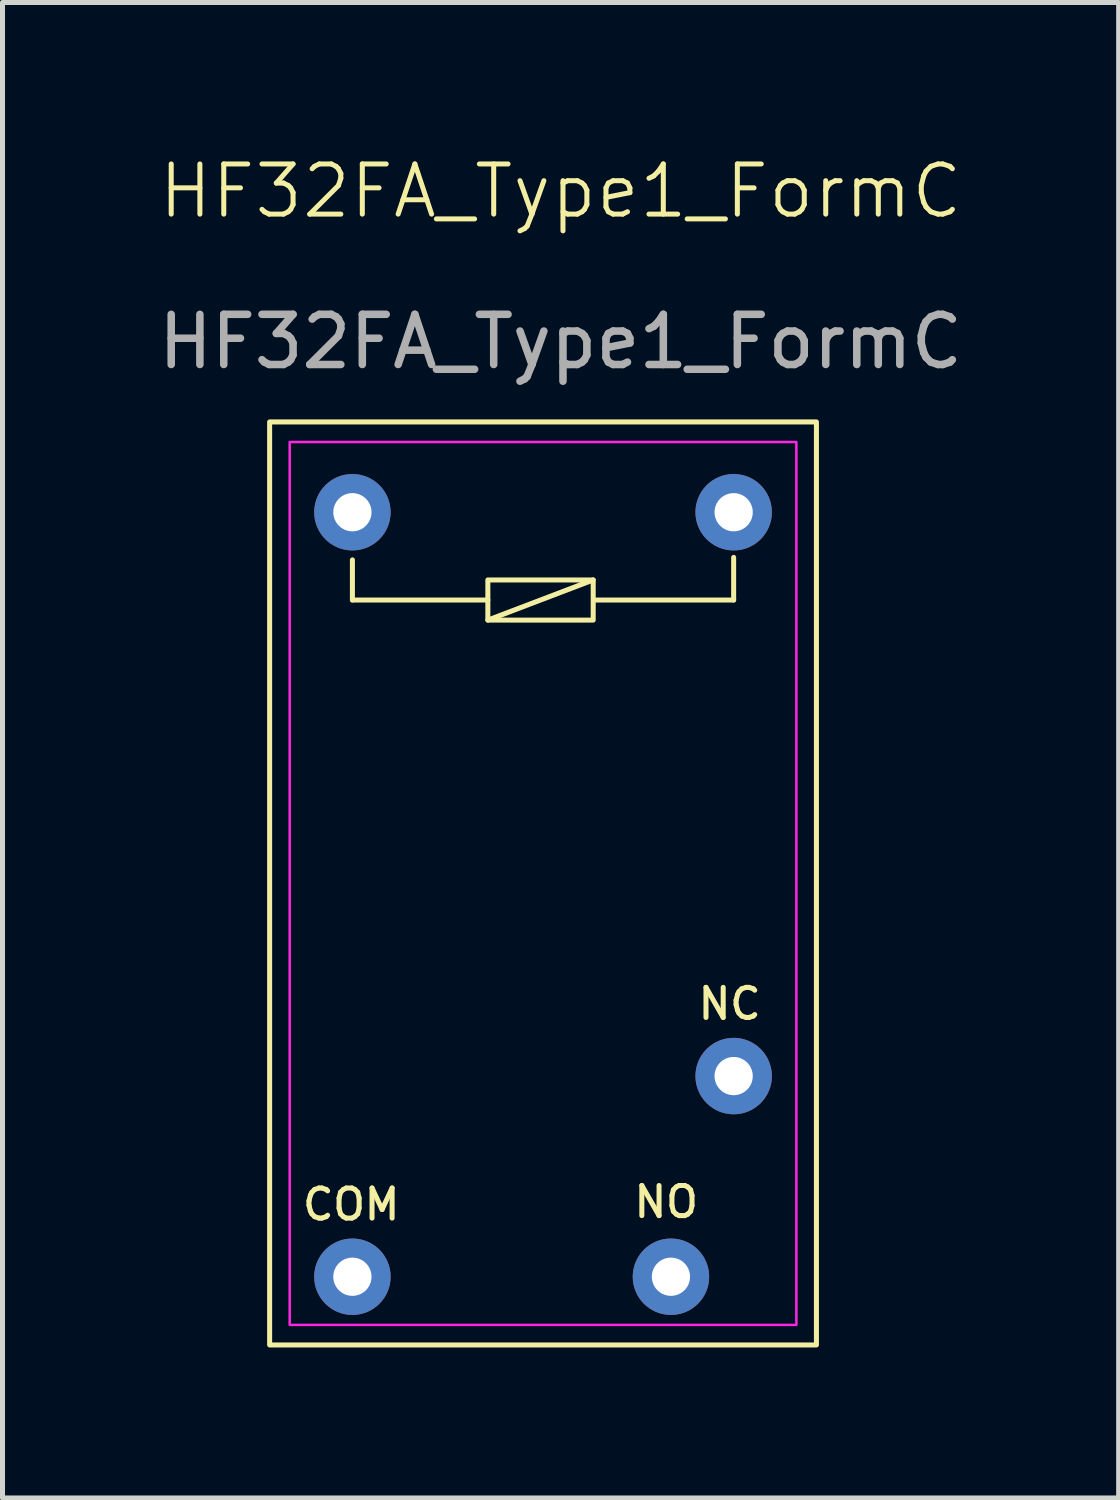
<source format=kicad_pcb>
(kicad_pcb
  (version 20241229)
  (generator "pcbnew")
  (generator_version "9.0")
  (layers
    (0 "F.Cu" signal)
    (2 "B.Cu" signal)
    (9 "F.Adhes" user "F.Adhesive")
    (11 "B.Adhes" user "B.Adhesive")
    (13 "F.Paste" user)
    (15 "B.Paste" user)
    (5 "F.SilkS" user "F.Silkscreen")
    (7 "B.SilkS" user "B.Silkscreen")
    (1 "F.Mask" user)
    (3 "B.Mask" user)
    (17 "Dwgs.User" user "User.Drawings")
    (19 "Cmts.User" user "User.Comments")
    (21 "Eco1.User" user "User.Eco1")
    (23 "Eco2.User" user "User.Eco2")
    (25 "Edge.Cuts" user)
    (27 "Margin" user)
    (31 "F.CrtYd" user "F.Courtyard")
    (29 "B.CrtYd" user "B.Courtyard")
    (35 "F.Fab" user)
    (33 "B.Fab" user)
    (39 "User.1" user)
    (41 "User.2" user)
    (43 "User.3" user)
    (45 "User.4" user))
  (footprint "HF32FA_Type1_FormC"
    (layer "F.Cu")
    (at 2.725 5.761)
    (property "Reference" "HF32FA_Type1_FormC" (at 5.4 -5 0) (unlocked yes) (layer "F.SilkS") (effects (font (size 1 1) (thickness 0.1))))
    (attr through_hole)
    (fp_line (start 1.25 3.15) (end 1.25 2.35) (stroke (width 0.1) (type default)) (layer "F.SilkS"))
    (fp_line (start 3.95 3.15) (end 1.25 3.15) (stroke (width 0.1) (type default)) (layer "F.SilkS"))
    (fp_line (start 3.95 3.55) (end 6.05 2.75) (stroke (width 0.1) (type default)) (layer "F.SilkS"))
    (fp_line (start 8.85 2.3) (end 8.85 3.15) (stroke (width 0.1) (type default)) (layer "F.SilkS"))
    (fp_line (start 8.85 3.15) (end 6.1 3.15) (stroke (width 0.1) (type default)) (layer "F.SilkS"))
    (fp_rect (start 6.05 2.75) (end 3.95 3.55) (stroke (width 0.1) (type default)) (fill no) (layer "F.SilkS"))
    (fp_rect (start 10.5 -0.4) (end -0.4 18) (stroke (width 0.1) (type default)) (fill no) (layer "F.SilkS"))
    (fp_rect (start 10.1 17.6) (end 0 0) (stroke (width 0.05) (type default)) (fill no) (layer "F.CrtYd"))
    (fp_text user "NO" (at 8.2 15.5 0) (unlocked yes) (layer "F.SilkS") (effects (font (size 0.6 0.6) (thickness 0.1)) (justify right bottom)))
    (fp_text user "NC" (at 9.45 11.55 0) (unlocked yes) (layer "F.SilkS") (effects (font (size 0.6 0.6) (thickness 0.1)) (justify right bottom)))
    (fp_text user "COM" (at 2.25 15.55 0) (unlocked yes) (layer "F.SilkS") (effects (font (size 0.6 0.6) (thickness 0.1)) (justify right bottom)))
    (fp_text user "${REFERENCE}" (at 5.4 -2 0) (unlocked yes) (layer "F.Fab") (effects (font (size 1 1) (thickness 0.15))))
    (pad "1" thru_hole circle (at 1.25 1.4) (size 1.524 1.524) (drill 0.762) (layers "*.Cu" "*.Mask"))
    (pad "2" thru_hole circle (at 8.85 1.4) (size 1.524 1.524) (drill 0.762) (layers "*.Cu" "*.Mask"))
    (pad "3" thru_hole circle (at 1.25 16.64) (size 1.524 1.524) (drill 0.762) (layers "*.Cu" "*.Mask"))
    (pad "4" thru_hole circle (at 8.85 12.64) (size 1.524 1.524) (drill 0.762) (layers "*.Cu" "*.Mask"))
    (pad "5" thru_hole circle (at 7.6 16.64) (size 1.524 1.524) (drill 0.762) (layers "*.Cu" "*.Mask")))
  (gr_rect
    (start -3 -3)
    (end 19.25 26.811)
    (stroke (width 0.1) (type default))
    (fill no)
    (layer "Edge.Cuts")))
</source>
